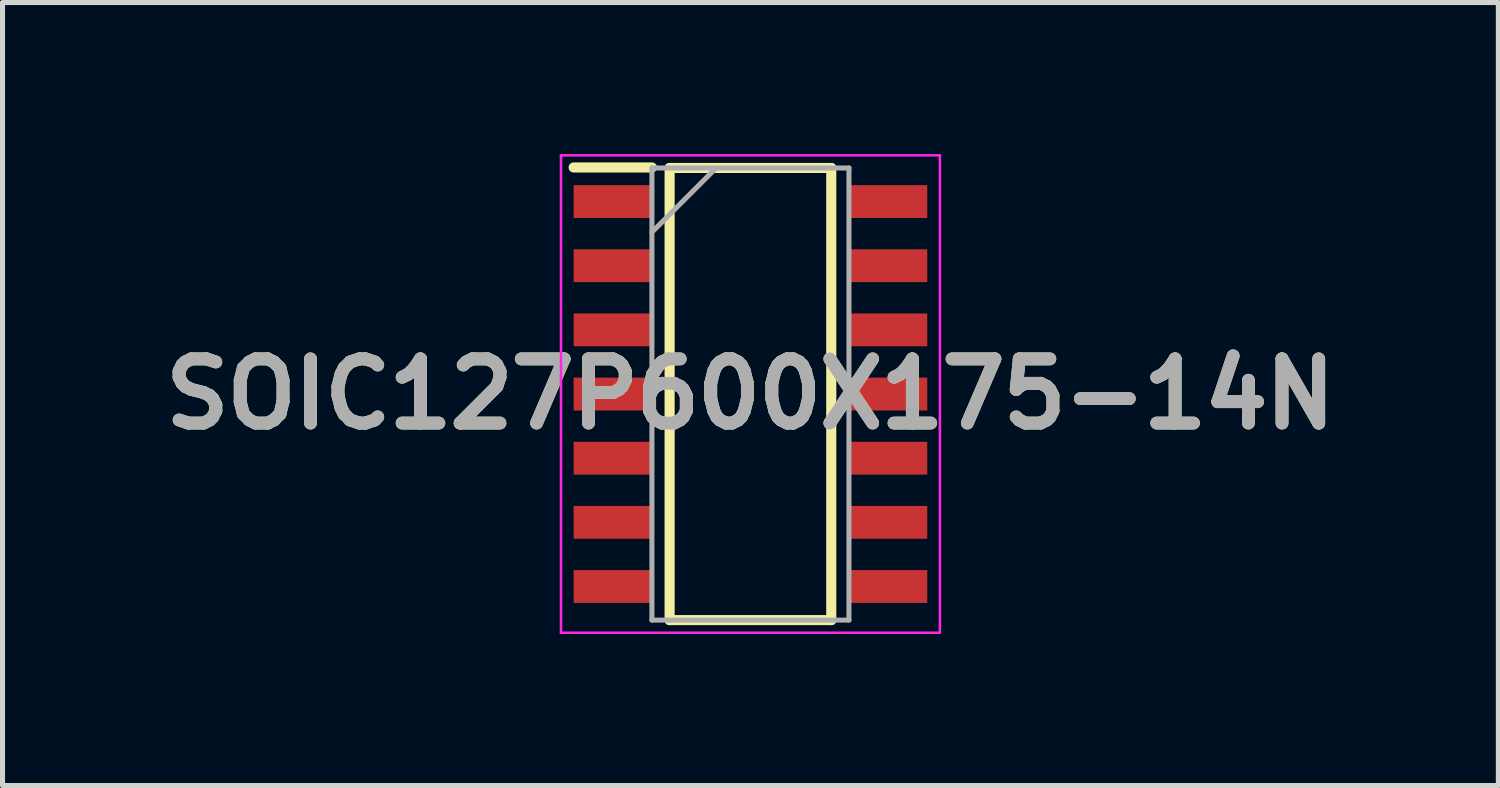
<source format=kicad_pcb>
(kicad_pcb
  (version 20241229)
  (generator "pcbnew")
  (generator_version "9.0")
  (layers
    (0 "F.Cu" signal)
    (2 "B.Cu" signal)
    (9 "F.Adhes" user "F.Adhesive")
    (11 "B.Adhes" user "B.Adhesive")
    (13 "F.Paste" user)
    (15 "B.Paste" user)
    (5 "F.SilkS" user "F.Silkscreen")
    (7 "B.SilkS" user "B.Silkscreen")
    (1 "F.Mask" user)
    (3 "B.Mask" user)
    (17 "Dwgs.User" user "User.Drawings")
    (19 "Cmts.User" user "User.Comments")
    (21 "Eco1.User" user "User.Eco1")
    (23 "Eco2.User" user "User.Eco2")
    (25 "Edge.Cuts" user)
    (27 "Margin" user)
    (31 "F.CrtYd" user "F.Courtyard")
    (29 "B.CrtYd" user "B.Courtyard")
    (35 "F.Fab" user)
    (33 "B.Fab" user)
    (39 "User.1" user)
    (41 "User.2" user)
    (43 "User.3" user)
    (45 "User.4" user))
  (footprint "SOIC127P600X175-14N"
    (layer "F.Cu")
    (at 11.805 4.75)
    (property "Reference" "SOIC127P600X175-14N" (at 0 0 0) (layer "F.SilkS") (effects (font (size 1.27 1.27) (thickness 0.254))))
    (attr smd)
    (fp_line (start -3.5 -4.485) (end -1.95 -4.485) (stroke (width 0.2) (type solid)) (layer "F.SilkS"))
    (fp_line (start -1.6 -4.475) (end 1.6 -4.475) (stroke (width 0.2) (type solid)) (layer "F.SilkS"))
    (fp_line (start -1.6 4.475) (end -1.6 -4.475) (stroke (width 0.2) (type solid)) (layer "F.SilkS"))
    (fp_line (start 1.6 -4.475) (end 1.6 4.475) (stroke (width 0.2) (type solid)) (layer "F.SilkS"))
    (fp_line (start 1.6 4.475) (end -1.6 4.475) (stroke (width 0.2) (type solid)) (layer "F.SilkS"))
    (fp_line (start -3.75 -4.725) (end 3.75 -4.725) (stroke (width 0.05) (type solid)) (layer "F.CrtYd"))
    (fp_line (start -3.75 4.725) (end -3.75 -4.725) (stroke (width 0.05) (type solid)) (layer "F.CrtYd"))
    (fp_line (start 3.75 -4.725) (end 3.75 4.725) (stroke (width 0.05) (type solid)) (layer "F.CrtYd"))
    (fp_line (start 3.75 4.725) (end -3.75 4.725) (stroke (width 0.05) (type solid)) (layer "F.CrtYd"))
    (fp_line (start -1.95 -4.475) (end 1.95 -4.475) (stroke (width 0.1) (type solid)) (layer "F.Fab"))
    (fp_line (start -1.95 -3.205) (end -0.68 -4.475) (stroke (width 0.1) (type solid)) (layer "F.Fab"))
    (fp_line (start -1.95 4.475) (end -1.95 -4.475) (stroke (width 0.1) (type solid)) (layer "F.Fab"))
    (fp_line (start 1.95 -4.475) (end 1.95 4.475) (stroke (width 0.1) (type solid)) (layer "F.Fab"))
    (fp_line (start 1.95 4.475) (end -1.95 4.475) (stroke (width 0.1) (type solid)) (layer "F.Fab"))
    (fp_text user "${REFERENCE}" (at 0 0 0) (layer "F.Fab") (effects (font (size 1.27 1.27) (thickness 0.254))))
    (pad "1" smd rect (at -2.725 -3.81 90) (size 0.65 1.55) (layers "F.Cu" "F.Mask" "F.Paste"))
    (pad "2" smd rect (at -2.725 -2.54 90) (size 0.65 1.55) (layers "F.Cu" "F.Mask" "F.Paste"))
    (pad "3" smd rect (at -2.725 -1.27 90) (size 0.65 1.55) (layers "F.Cu" "F.Mask" "F.Paste"))
    (pad "4" smd rect (at -2.725 0 90) (size 0.65 1.55) (layers "F.Cu" "F.Mask" "F.Paste"))
    (pad "5" smd rect (at -2.725 1.27 90) (size 0.65 1.55) (layers "F.Cu" "F.Mask" "F.Paste"))
    (pad "6" smd rect (at -2.725 2.54 90) (size 0.65 1.55) (layers "F.Cu" "F.Mask" "F.Paste"))
    (pad "7" smd rect (at -2.725 3.81 90) (size 0.65 1.55) (layers "F.Cu" "F.Mask" "F.Paste"))
    (pad "8" smd rect (at 2.725 3.81 90) (size 0.65 1.55) (layers "F.Cu" "F.Mask" "F.Paste"))
    (pad "9" smd rect (at 2.725 2.54 90) (size 0.65 1.55) (layers "F.Cu" "F.Mask" "F.Paste"))
    (pad "10" smd rect (at 2.725 1.27 90) (size 0.65 1.55) (layers "F.Cu" "F.Mask" "F.Paste"))
    (pad "11" smd rect (at 2.725 0 90) (size 0.65 1.55) (layers "F.Cu" "F.Mask" "F.Paste"))
    (pad "12" smd rect (at 2.725 -1.27 90) (size 0.65 1.55) (layers "F.Cu" "F.Mask" "F.Paste"))
    (pad "13" smd rect (at 2.725 -2.54 90) (size 0.65 1.55) (layers "F.Cu" "F.Mask" "F.Paste"))
    (pad "14" smd rect (at 2.725 -3.81 90) (size 0.65 1.55) (layers "F.Cu" "F.Mask" "F.Paste")))
  (gr_rect
    (start -3 -3)
    (end 26.61 12.5)
    (stroke (width 0.1) (type default))
    (fill no)
    (layer "Edge.Cuts")))
</source>
